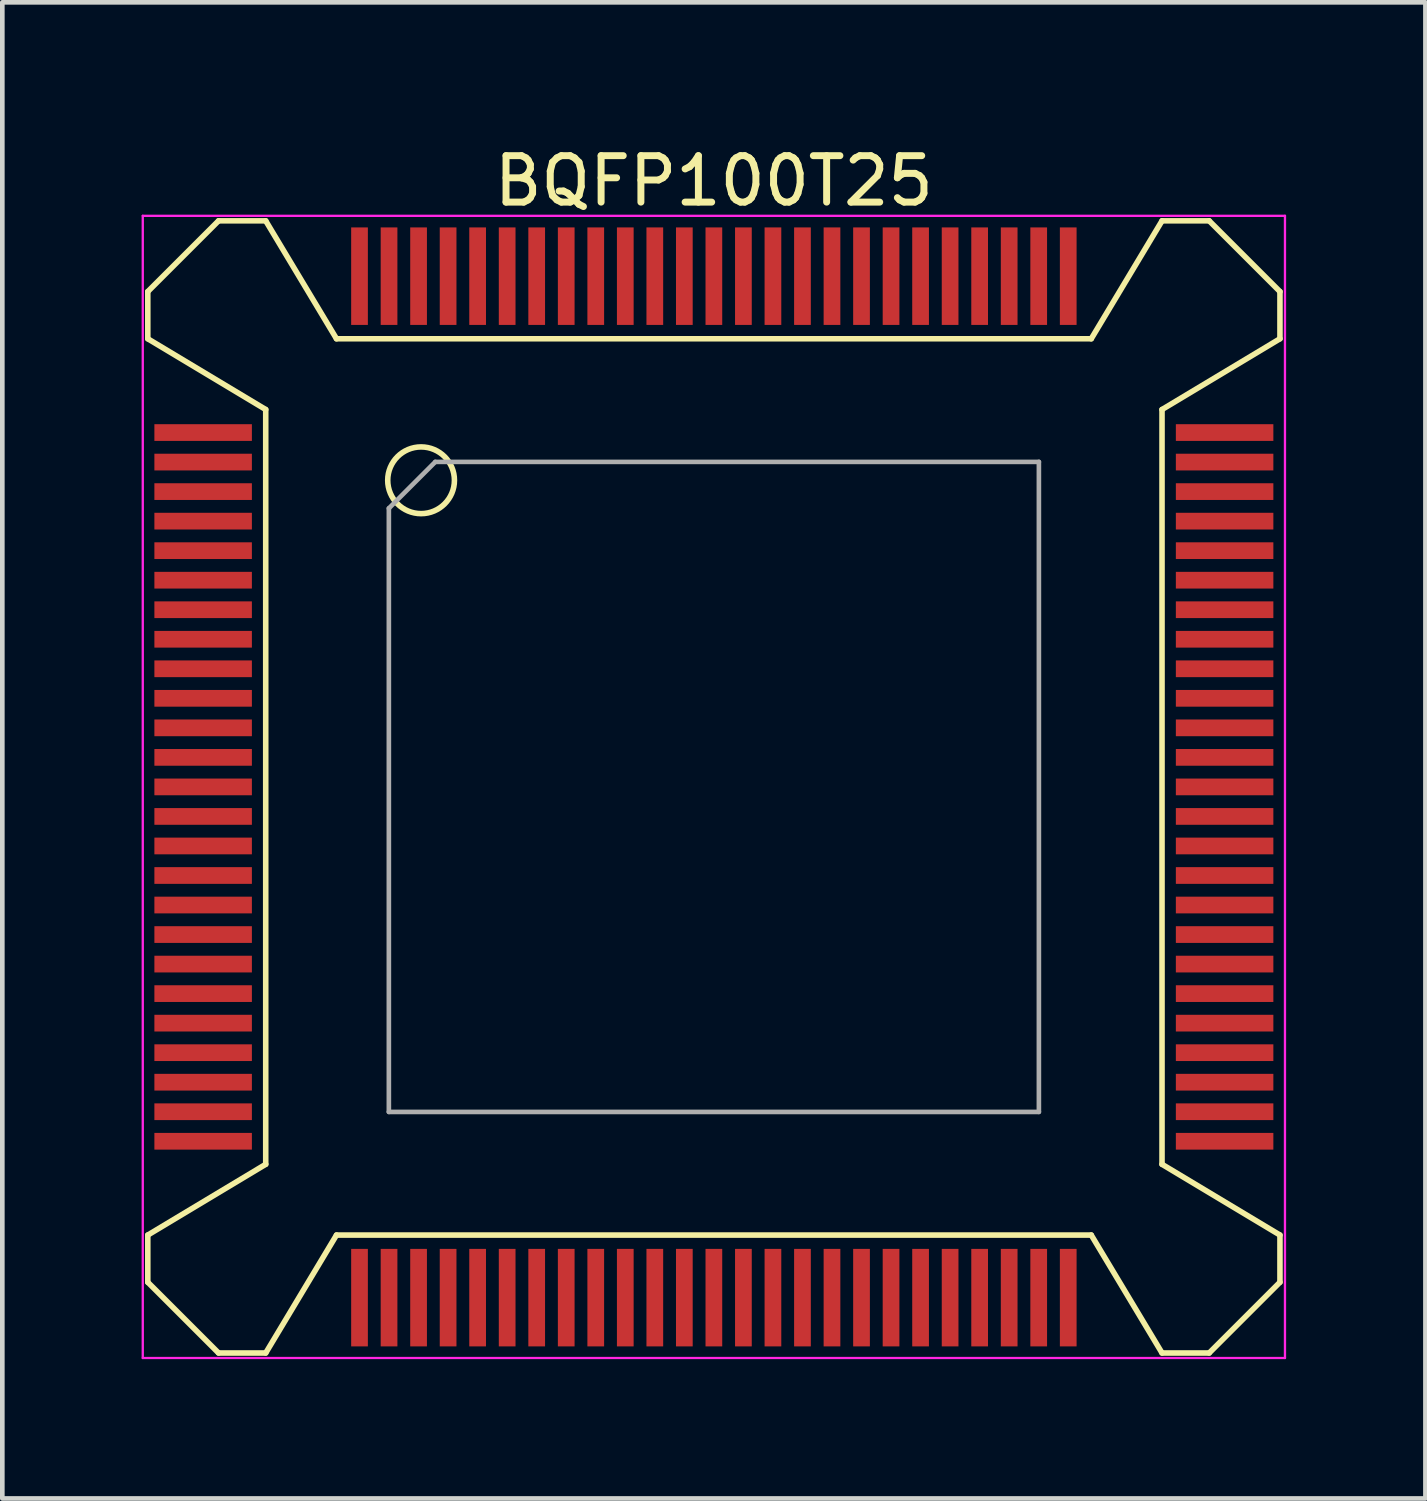
<source format=kicad_pcb>
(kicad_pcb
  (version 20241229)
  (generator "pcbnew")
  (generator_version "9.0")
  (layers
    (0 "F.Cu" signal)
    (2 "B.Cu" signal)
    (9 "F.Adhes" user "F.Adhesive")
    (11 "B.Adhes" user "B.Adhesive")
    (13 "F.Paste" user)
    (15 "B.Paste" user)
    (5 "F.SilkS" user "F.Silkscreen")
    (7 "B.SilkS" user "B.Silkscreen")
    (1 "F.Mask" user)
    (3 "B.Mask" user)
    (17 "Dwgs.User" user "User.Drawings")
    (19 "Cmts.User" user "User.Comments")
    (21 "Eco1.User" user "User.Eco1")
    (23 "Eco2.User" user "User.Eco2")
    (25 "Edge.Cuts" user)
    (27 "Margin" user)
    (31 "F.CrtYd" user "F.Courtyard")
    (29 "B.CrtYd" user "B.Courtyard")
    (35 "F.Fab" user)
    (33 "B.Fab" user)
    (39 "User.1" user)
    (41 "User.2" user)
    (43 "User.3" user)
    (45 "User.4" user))
  (footprint "BQFP100T25"
    (layer "F.Cu")
    (at 12.325 13.898)
    (property "Reference" "BQFP100T25" (at 0 -13.05 0) (layer "F.SilkS") (effects (font (size 1 1) (thickness 0.15))))
    (attr smd)
    (fp_line (start -12.192 -10.668) (end -12.192 -9.652) (stroke (width 0.12) (type solid)) (layer "F.SilkS"))
    (fp_line (start -12.192 -10.668) (end -10.668 -12.192) (stroke (width 0.12) (type solid)) (layer "F.SilkS"))
    (fp_line (start -12.192 -9.652) (end -9.652 -8.128) (stroke (width 0.12) (type solid)) (layer "F.SilkS"))
    (fp_line (start -12.192 9.652) (end -9.652 8.128) (stroke (width 0.12) (type solid)) (layer "F.SilkS"))
    (fp_line (start -12.192 10.668) (end -12.192 9.652) (stroke (width 0.12) (type solid)) (layer "F.SilkS"))
    (fp_line (start -12.192 10.668) (end -10.668 12.192) (stroke (width 0.12) (type solid)) (layer "F.SilkS"))
    (fp_line (start -10.668 -12.192) (end -9.652 -12.192) (stroke (width 0.12) (type solid)) (layer "F.SilkS"))
    (fp_line (start -10.668 12.192) (end -9.652 12.192) (stroke (width 0.12) (type solid)) (layer "F.SilkS"))
    (fp_line (start -9.652 -12.192) (end -8.128 -9.652) (stroke (width 0.12) (type solid)) (layer "F.SilkS"))
    (fp_line (start -9.652 -8.128) (end -9.652 8.128) (stroke (width 0.12) (type solid)) (layer "F.SilkS"))
    (fp_line (start -9.652 12.192) (end -8.128 9.652) (stroke (width 0.12) (type solid)) (layer "F.SilkS"))
    (fp_line (start -8.128 9.652) (end 8.128 9.652) (stroke (width 0.12) (type solid)) (layer "F.SilkS"))
    (fp_line (start 8.128 -9.652) (end -8.128 -9.652) (stroke (width 0.12) (type solid)) (layer "F.SilkS"))
    (fp_line (start 9.652 -12.192) (end 8.128 -9.652) (stroke (width 0.12) (type solid)) (layer "F.SilkS"))
    (fp_line (start 9.652 -8.128) (end 9.652 8.128) (stroke (width 0.12) (type solid)) (layer "F.SilkS"))
    (fp_line (start 9.652 12.192) (end 8.128 9.652) (stroke (width 0.12) (type solid)) (layer "F.SilkS"))
    (fp_line (start 10.668 -12.192) (end 9.652 -12.192) (stroke (width 0.12) (type solid)) (layer "F.SilkS"))
    (fp_line (start 10.668 -12.192) (end 12.192 -10.668) (stroke (width 0.12) (type solid)) (layer "F.SilkS"))
    (fp_line (start 10.668 12.192) (end 9.652 12.192) (stroke (width 0.12) (type solid)) (layer "F.SilkS"))
    (fp_line (start 10.668 12.192) (end 12.192 10.668) (stroke (width 0.12) (type solid)) (layer "F.SilkS"))
    (fp_line (start 12.192 -10.668) (end 12.192 -9.652) (stroke (width 0.12) (type solid)) (layer "F.SilkS"))
    (fp_line (start 12.192 -9.652) (end 9.652 -8.128) (stroke (width 0.12) (type solid)) (layer "F.SilkS"))
    (fp_line (start 12.192 9.652) (end 9.652 8.128) (stroke (width 0.12) (type solid)) (layer "F.SilkS"))
    (fp_line (start 12.192 10.668) (end 12.192 9.652) (stroke (width 0.12) (type solid)) (layer "F.SilkS"))
    (fp_circle (center -6.306 -6.604) (end -6.814 -7.112) (stroke (width 0.12) (type solid)) (fill no) (layer "F.SilkS"))
    (fp_line (start -12.3 -12.3) (end 12.3 -12.3) (stroke (width 0.05) (type solid)) (layer "F.CrtYd"))
    (fp_line (start -12.3 12.3) (end -12.3 -12.3) (stroke (width 0.05) (type solid)) (layer "F.CrtYd"))
    (fp_line (start 12.3 -12.3) (end 12.3 12.3) (stroke (width 0.05) (type solid)) (layer "F.CrtYd"))
    (fp_line (start 12.3 12.3) (end -12.3 12.3) (stroke (width 0.05) (type solid)) (layer "F.CrtYd"))
    (fp_line (start -7 -6) (end -7 7) (stroke (width 0.1) (type solid)) (layer "F.Fab"))
    (fp_line (start -7 7) (end 7 7) (stroke (width 0.1) (type solid)) (layer "F.Fab"))
    (fp_line (start -6 -7) (end -7 -6) (stroke (width 0.1) (type solid)) (layer "F.Fab"))
    (fp_line (start 7 -7) (end -6 -7) (stroke (width 0.1) (type solid)) (layer "F.Fab"))
    (fp_line (start 7 7) (end 7 -7) (stroke (width 0.1) (type solid)) (layer "F.Fab"))
    (pad "1" smd rect (at -11 -7.632 90) (size 0.36 2.1) (layers "F.Cu" "F.Mask" "F.Paste"))
    (pad "2" smd rect (at -11 -6.996 90) (size 0.36 2.1) (layers "F.Cu" "F.Mask" "F.Paste"))
    (pad "3" smd rect (at -11 -6.36 90) (size 0.36 2.1) (layers "F.Cu" "F.Mask" "F.Paste"))
    (pad "4" smd rect (at -11 -5.724 90) (size 0.36 2.1) (layers "F.Cu" "F.Mask" "F.Paste"))
    (pad "5" smd rect (at -11 -5.088 90) (size 0.36 2.1) (layers "F.Cu" "F.Mask" "F.Paste"))
    (pad "6" smd rect (at -11 -4.452 90) (size 0.36 2.1) (layers "F.Cu" "F.Mask" "F.Paste"))
    (pad "7" smd rect (at -11 -3.816 90) (size 0.36 2.1) (layers "F.Cu" "F.Mask" "F.Paste"))
    (pad "8" smd rect (at -11 -3.18 90) (size 0.36 2.1) (layers "F.Cu" "F.Mask" "F.Paste"))
    (pad "9" smd rect (at -11 -2.544 90) (size 0.36 2.1) (layers "F.Cu" "F.Mask" "F.Paste"))
    (pad "10" smd rect (at -11 -1.908 90) (size 0.36 2.1) (layers "F.Cu" "F.Mask" "F.Paste"))
    (pad "11" smd rect (at -11 -1.272 90) (size 0.36 2.1) (layers "F.Cu" "F.Mask" "F.Paste"))
    (pad "12" smd rect (at -11 -0.636 90) (size 0.36 2.1) (layers "F.Cu" "F.Mask" "F.Paste"))
    (pad "13" smd rect (at -11 0 90) (size 0.36 2.1) (layers "F.Cu" "F.Mask" "F.Paste"))
    (pad "14" smd rect (at -11 0.636 90) (size 0.36 2.1) (layers "F.Cu" "F.Mask" "F.Paste"))
    (pad "15" smd rect (at -11 1.272 90) (size 0.36 2.1) (layers "F.Cu" "F.Mask" "F.Paste"))
    (pad "16" smd rect (at -11 1.908 90) (size 0.36 2.1) (layers "F.Cu" "F.Mask" "F.Paste"))
    (pad "17" smd rect (at -11 2.544 90) (size 0.36 2.1) (layers "F.Cu" "F.Mask" "F.Paste"))
    (pad "18" smd rect (at -11 3.18 90) (size 0.36 2.1) (layers "F.Cu" "F.Mask" "F.Paste"))
    (pad "19" smd rect (at -11 3.816 90) (size 0.36 2.1) (layers "F.Cu" "F.Mask" "F.Paste"))
    (pad "20" smd rect (at -11 4.452 90) (size 0.36 2.1) (layers "F.Cu" "F.Mask" "F.Paste"))
    (pad "21" smd rect (at -11 5.088 90) (size 0.36 2.1) (layers "F.Cu" "F.Mask" "F.Paste"))
    (pad "22" smd rect (at -11 5.724 90) (size 0.36 2.1) (layers "F.Cu" "F.Mask" "F.Paste"))
    (pad "23" smd rect (at -11 6.36 90) (size 0.36 2.1) (layers "F.Cu" "F.Mask" "F.Paste"))
    (pad "24" smd rect (at -11 6.996 90) (size 0.36 2.1) (layers "F.Cu" "F.Mask" "F.Paste"))
    (pad "25" smd rect (at -11 7.632 90) (size 0.36 2.1) (layers "F.Cu" "F.Mask" "F.Paste"))
    (pad "26" smd rect (at -7.632 11) (size 0.36 2.1) (layers "F.Cu" "F.Mask" "F.Paste"))
    (pad "27" smd rect (at -6.996 11) (size 0.36 2.1) (layers "F.Cu" "F.Mask" "F.Paste"))
    (pad "28" smd rect (at -6.36 11) (size 0.36 2.1) (layers "F.Cu" "F.Mask" "F.Paste"))
    (pad "29" smd rect (at -5.724 11) (size 0.36 2.1) (layers "F.Cu" "F.Mask" "F.Paste"))
    (pad "30" smd rect (at -5.088 11) (size 0.36 2.1) (layers "F.Cu" "F.Mask" "F.Paste"))
    (pad "31" smd rect (at -4.452 11) (size 0.36 2.1) (layers "F.Cu" "F.Mask" "F.Paste"))
    (pad "32" smd rect (at -3.816 11) (size 0.36 2.1) (layers "F.Cu" "F.Mask" "F.Paste"))
    (pad "33" smd rect (at -3.18 11) (size 0.36 2.1) (layers "F.Cu" "F.Mask" "F.Paste"))
    (pad "34" smd rect (at -2.544 11) (size 0.36 2.1) (layers "F.Cu" "F.Mask" "F.Paste"))
    (pad "35" smd rect (at -1.908 11) (size 0.36 2.1) (layers "F.Cu" "F.Mask" "F.Paste"))
    (pad "36" smd rect (at -1.272 11) (size 0.36 2.1) (layers "F.Cu" "F.Mask" "F.Paste"))
    (pad "37" smd rect (at -0.636 11) (size 0.36 2.1) (layers "F.Cu" "F.Mask" "F.Paste"))
    (pad "38" smd rect (at 0 11) (size 0.36 2.1) (layers "F.Cu" "F.Mask" "F.Paste"))
    (pad "39" smd rect (at 0.636 11) (size 0.36 2.1) (layers "F.Cu" "F.Mask" "F.Paste"))
    (pad "40" smd rect (at 1.272 11) (size 0.36 2.1) (layers "F.Cu" "F.Mask" "F.Paste"))
    (pad "41" smd rect (at 1.908 11) (size 0.36 2.1) (layers "F.Cu" "F.Mask" "F.Paste"))
    (pad "42" smd rect (at 2.544 11) (size 0.36 2.1) (layers "F.Cu" "F.Mask" "F.Paste"))
    (pad "43" smd rect (at 3.18 11) (size 0.36 2.1) (layers "F.Cu" "F.Mask" "F.Paste"))
    (pad "44" smd rect (at 3.816 11) (size 0.36 2.1) (layers "F.Cu" "F.Mask" "F.Paste"))
    (pad "45" smd rect (at 4.452 11) (size 0.36 2.1) (layers "F.Cu" "F.Mask" "F.Paste"))
    (pad "46" smd rect (at 5.088 11) (size 0.36 2.1) (layers "F.Cu" "F.Mask" "F.Paste"))
    (pad "47" smd rect (at 5.724 11) (size 0.36 2.1) (layers "F.Cu" "F.Mask" "F.Paste"))
    (pad "48" smd rect (at 6.36 11) (size 0.36 2.1) (layers "F.Cu" "F.Mask" "F.Paste"))
    (pad "49" smd rect (at 6.996 11) (size 0.36 2.1) (layers "F.Cu" "F.Mask" "F.Paste"))
    (pad "50" smd rect (at 7.632 11) (size 0.36 2.1) (layers "F.Cu" "F.Mask" "F.Paste"))
    (pad "51" smd rect (at 11 7.632 90) (size 0.36 2.1) (layers "F.Cu" "F.Mask" "F.Paste"))
    (pad "52" smd rect (at 11 6.996 90) (size 0.36 2.1) (layers "F.Cu" "F.Mask" "F.Paste"))
    (pad "53" smd rect (at 11 6.36 90) (size 0.36 2.1) (layers "F.Cu" "F.Mask" "F.Paste"))
    (pad "54" smd rect (at 11 5.724 90) (size 0.36 2.1) (layers "F.Cu" "F.Mask" "F.Paste"))
    (pad "55" smd rect (at 11 5.088 90) (size 0.36 2.1) (layers "F.Cu" "F.Mask" "F.Paste"))
    (pad "56" smd rect (at 11 4.452 90) (size 0.36 2.1) (layers "F.Cu" "F.Mask" "F.Paste"))
    (pad "57" smd rect (at 11 3.816 90) (size 0.36 2.1) (layers "F.Cu" "F.Mask" "F.Paste"))
    (pad "58" smd rect (at 11 3.18 90) (size 0.36 2.1) (layers "F.Cu" "F.Mask" "F.Paste"))
    (pad "59" smd rect (at 11 2.544 90) (size 0.36 2.1) (layers "F.Cu" "F.Mask" "F.Paste"))
    (pad "60" smd rect (at 11 1.908 90) (size 0.36 2.1) (layers "F.Cu" "F.Mask" "F.Paste"))
    (pad "61" smd rect (at 11 1.272 90) (size 0.36 2.1) (layers "F.Cu" "F.Mask" "F.Paste"))
    (pad "62" smd rect (at 11 0.636 90) (size 0.36 2.1) (layers "F.Cu" "F.Mask" "F.Paste"))
    (pad "63" smd rect (at 11 0 90) (size 0.36 2.1) (layers "F.Cu" "F.Mask" "F.Paste"))
    (pad "64" smd rect (at 11 -0.636 90) (size 0.36 2.1) (layers "F.Cu" "F.Mask" "F.Paste"))
    (pad "65" smd rect (at 11 -1.272 90) (size 0.36 2.1) (layers "F.Cu" "F.Mask" "F.Paste"))
    (pad "66" smd rect (at 11 -1.908 90) (size 0.36 2.1) (layers "F.Cu" "F.Mask" "F.Paste"))
    (pad "67" smd rect (at 11 -2.544 90) (size 0.36 2.1) (layers "F.Cu" "F.Mask" "F.Paste"))
    (pad "68" smd rect (at 11 -3.18 90) (size 0.36 2.1) (layers "F.Cu" "F.Mask" "F.Paste"))
    (pad "69" smd rect (at 11 -3.816 90) (size 0.36 2.1) (layers "F.Cu" "F.Mask" "F.Paste"))
    (pad "70" smd rect (at 11 -4.452 90) (size 0.36 2.1) (layers "F.Cu" "F.Mask" "F.Paste"))
    (pad "71" smd rect (at 11 -5.088 90) (size 0.36 2.1) (layers "F.Cu" "F.Mask" "F.Paste"))
    (pad "72" smd rect (at 11 -5.724 90) (size 0.36 2.1) (layers "F.Cu" "F.Mask" "F.Paste"))
    (pad "73" smd rect (at 11 -6.36 90) (size 0.36 2.1) (layers "F.Cu" "F.Mask" "F.Paste"))
    (pad "74" smd rect (at 11 -6.996 90) (size 0.36 2.1) (layers "F.Cu" "F.Mask" "F.Paste"))
    (pad "75" smd rect (at 11 -7.632 90) (size 0.36 2.1) (layers "F.Cu" "F.Mask" "F.Paste"))
    (pad "76" smd rect (at 7.632 -11) (size 0.36 2.1) (layers "F.Cu" "F.Mask" "F.Paste"))
    (pad "77" smd rect (at 6.996 -11) (size 0.36 2.1) (layers "F.Cu" "F.Mask" "F.Paste"))
    (pad "78" smd rect (at 6.36 -11) (size 0.36 2.1) (layers "F.Cu" "F.Mask" "F.Paste"))
    (pad "79" smd rect (at 5.724 -11) (size 0.36 2.1) (layers "F.Cu" "F.Mask" "F.Paste"))
    (pad "80" smd rect (at 5.088 -11) (size 0.36 2.1) (layers "F.Cu" "F.Mask" "F.Paste"))
    (pad "81" smd rect (at 4.452 -11) (size 0.36 2.1) (layers "F.Cu" "F.Mask" "F.Paste"))
    (pad "82" smd rect (at 3.816 -11) (size 0.36 2.1) (layers "F.Cu" "F.Mask" "F.Paste"))
    (pad "83" smd rect (at 3.18 -11) (size 0.36 2.1) (layers "F.Cu" "F.Mask" "F.Paste"))
    (pad "84" smd rect (at 2.544 -11) (size 0.36 2.1) (layers "F.Cu" "F.Mask" "F.Paste"))
    (pad "85" smd rect (at 1.908 -11) (size 0.36 2.1) (layers "F.Cu" "F.Mask" "F.Paste"))
    (pad "86" smd rect (at 1.272 -11) (size 0.36 2.1) (layers "F.Cu" "F.Mask" "F.Paste"))
    (pad "87" smd rect (at 0.636 -11) (size 0.36 2.1) (layers "F.Cu" "F.Mask" "F.Paste"))
    (pad "88" smd rect (at 0 -11) (size 0.36 2.1) (layers "F.Cu" "F.Mask" "F.Paste"))
    (pad "89" smd rect (at -0.636 -11) (size 0.36 2.1) (layers "F.Cu" "F.Mask" "F.Paste"))
    (pad "90" smd rect (at -1.272 -11) (size 0.36 2.1) (layers "F.Cu" "F.Mask" "F.Paste"))
    (pad "91" smd rect (at -1.908 -11) (size 0.36 2.1) (layers "F.Cu" "F.Mask" "F.Paste"))
    (pad "92" smd rect (at -2.544 -11) (size 0.36 2.1) (layers "F.Cu" "F.Mask" "F.Paste"))
    (pad "93" smd rect (at -3.18 -11) (size 0.36 2.1) (layers "F.Cu" "F.Mask" "F.Paste"))
    (pad "94" smd rect (at -3.816 -11) (size 0.36 2.1) (layers "F.Cu" "F.Mask" "F.Paste"))
    (pad "95" smd rect (at -4.452 -11) (size 0.36 2.1) (layers "F.Cu" "F.Mask" "F.Paste"))
    (pad "96" smd rect (at -5.088 -11) (size 0.36 2.1) (layers "F.Cu" "F.Mask" "F.Paste"))
    (pad "97" smd rect (at -5.724 -11) (size 0.36 2.1) (layers "F.Cu" "F.Mask" "F.Paste"))
    (pad "98" smd rect (at -6.36 -11) (size 0.36 2.1) (layers "F.Cu" "F.Mask" "F.Paste"))
    (pad "99" smd rect (at -6.996 -11) (size 0.36 2.1) (layers "F.Cu" "F.Mask" "F.Paste"))
    (pad "100" smd rect (at -7.632 -11) (size 0.36 2.1) (layers "F.Cu" "F.Mask" "F.Paste")))
  (gr_rect
    (start -3 -3)
    (end 27.65 29.223)
    (stroke (width 0.1) (type default))
    (fill no)
    (layer "Edge.Cuts")))
</source>
